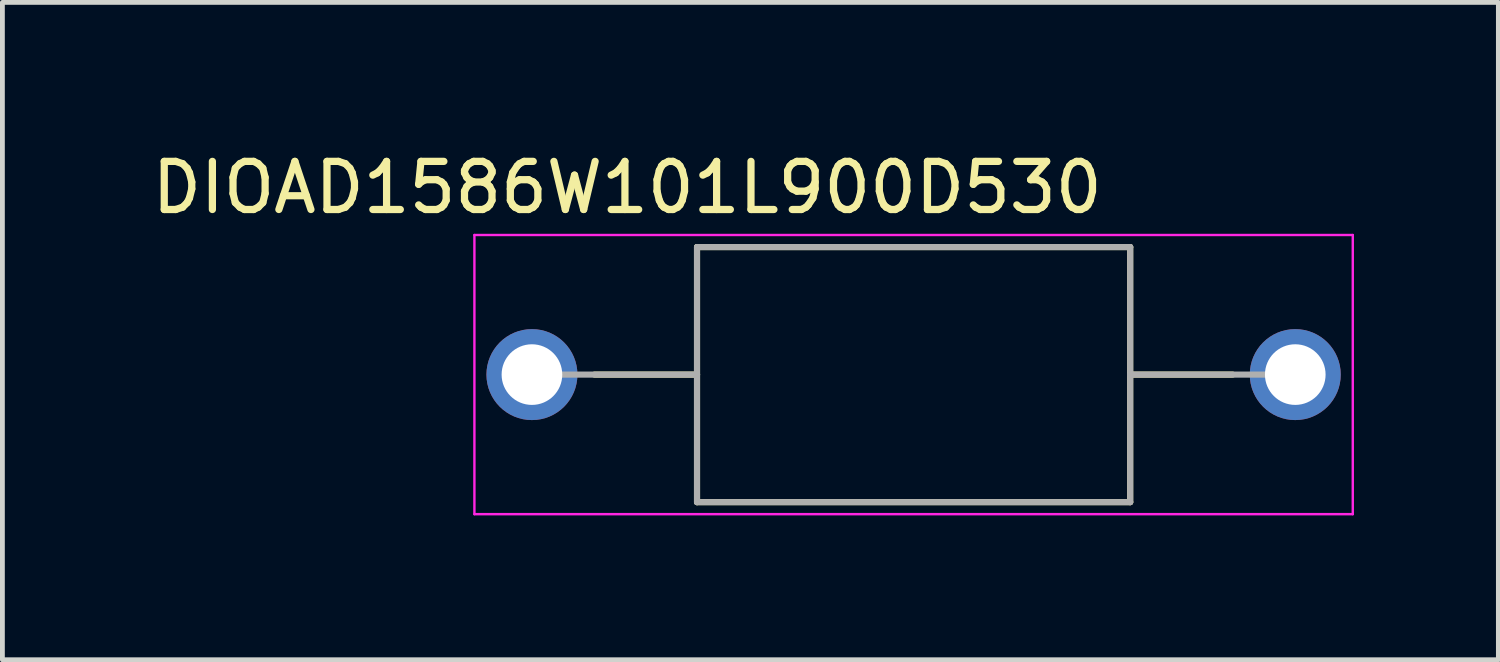
<source format=kicad_pcb>
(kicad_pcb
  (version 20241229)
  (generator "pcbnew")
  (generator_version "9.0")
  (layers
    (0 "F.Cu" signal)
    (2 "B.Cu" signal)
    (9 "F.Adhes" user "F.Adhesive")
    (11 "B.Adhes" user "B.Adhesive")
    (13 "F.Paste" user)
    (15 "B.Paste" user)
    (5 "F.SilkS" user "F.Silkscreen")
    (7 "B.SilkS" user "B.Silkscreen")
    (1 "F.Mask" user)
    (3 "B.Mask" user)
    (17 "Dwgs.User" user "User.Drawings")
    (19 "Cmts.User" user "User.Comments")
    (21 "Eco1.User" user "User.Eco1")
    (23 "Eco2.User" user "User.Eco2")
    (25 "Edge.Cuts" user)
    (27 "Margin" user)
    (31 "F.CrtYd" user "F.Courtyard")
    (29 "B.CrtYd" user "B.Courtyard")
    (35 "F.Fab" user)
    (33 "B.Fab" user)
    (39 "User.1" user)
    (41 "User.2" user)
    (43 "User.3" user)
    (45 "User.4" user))
  (footprint "DIOAD1586W101L900D530"
    (layer "F.Cu")
    (at 15.932 4.733)
    (property "Reference" "DIOAD1586W101L900D530" (at -5.95 -3.885 0) (layer "F.SilkS") (effects (font (size 1 1) (thickness 0.15))))
    (attr through_hole)
    (fp_line (start -4.5 -2.65) (end -4.5 0) (stroke (width 0.127) (type solid)) (layer "F.SilkS"))
    (fp_line (start -4.5 0) (end -6.63 0) (stroke (width 0.127) (type solid)) (layer "F.SilkS"))
    (fp_line (start -4.5 0) (end -4.5 2.65) (stroke (width 0.127) (type solid)) (layer "F.SilkS"))
    (fp_line (start -4.5 2.65) (end 4.5 2.65) (stroke (width 0.127) (type solid)) (layer "F.SilkS"))
    (fp_line (start 4.5 -2.65) (end -4.5 -2.65) (stroke (width 0.127) (type solid)) (layer "F.SilkS"))
    (fp_line (start 4.5 0) (end 4.5 -2.65) (stroke (width 0.127) (type solid)) (layer "F.SilkS"))
    (fp_line (start 4.5 0) (end 6.63 0) (stroke (width 0.127) (type solid)) (layer "F.SilkS"))
    (fp_line (start 4.5 2.65) (end 4.5 0) (stroke (width 0.127) (type solid)) (layer "F.SilkS"))
    (fp_line (start -9.125 -2.9) (end -9.125 2.9) (stroke (width 0.05) (type solid)) (layer "F.CrtYd"))
    (fp_line (start -9.125 2.9) (end 9.125 2.9) (stroke (width 0.05) (type solid)) (layer "F.CrtYd"))
    (fp_line (start 9.125 -2.9) (end -9.125 -2.9) (stroke (width 0.05) (type solid)) (layer "F.CrtYd"))
    (fp_line (start 9.125 2.9) (end 9.125 -2.9) (stroke (width 0.05) (type solid)) (layer "F.CrtYd"))
    (fp_line (start -4.5 -2.65) (end -4.5 0) (stroke (width 0.127) (type solid)) (layer "F.Fab"))
    (fp_line (start -4.5 0) (end -7.93 0) (stroke (width 0.127) (type solid)) (layer "F.Fab"))
    (fp_line (start -4.5 0) (end -4.5 2.65) (stroke (width 0.127) (type solid)) (layer "F.Fab"))
    (fp_line (start -4.5 2.65) (end 4.5 2.65) (stroke (width 0.127) (type solid)) (layer "F.Fab"))
    (fp_line (start 4.5 -2.65) (end -4.5 -2.65) (stroke (width 0.127) (type solid)) (layer "F.Fab"))
    (fp_line (start 4.5 0) (end 4.5 -2.65) (stroke (width 0.127) (type solid)) (layer "F.Fab"))
    (fp_line (start 4.5 0) (end 7.93 0) (stroke (width 0.127) (type solid)) (layer "F.Fab"))
    (fp_line (start 4.5 2.65) (end 4.5 0) (stroke (width 0.127) (type solid)) (layer "F.Fab"))
    (pad "1" thru_hole circle (at -7.93 0) (size 1.89 1.89) (drill 1.26) (layers "*.Cu" "*.Mask"))
    (pad "2" thru_hole circle (at 7.93 0) (size 1.89 1.89) (drill 1.26) (layers "*.Cu" "*.Mask")))
  (gr_rect
    (start -3 -3)
    (end 28.082 10.658)
    (stroke (width 0.1) (type default))
    (fill no)
    (layer "Edge.Cuts")))
</source>
